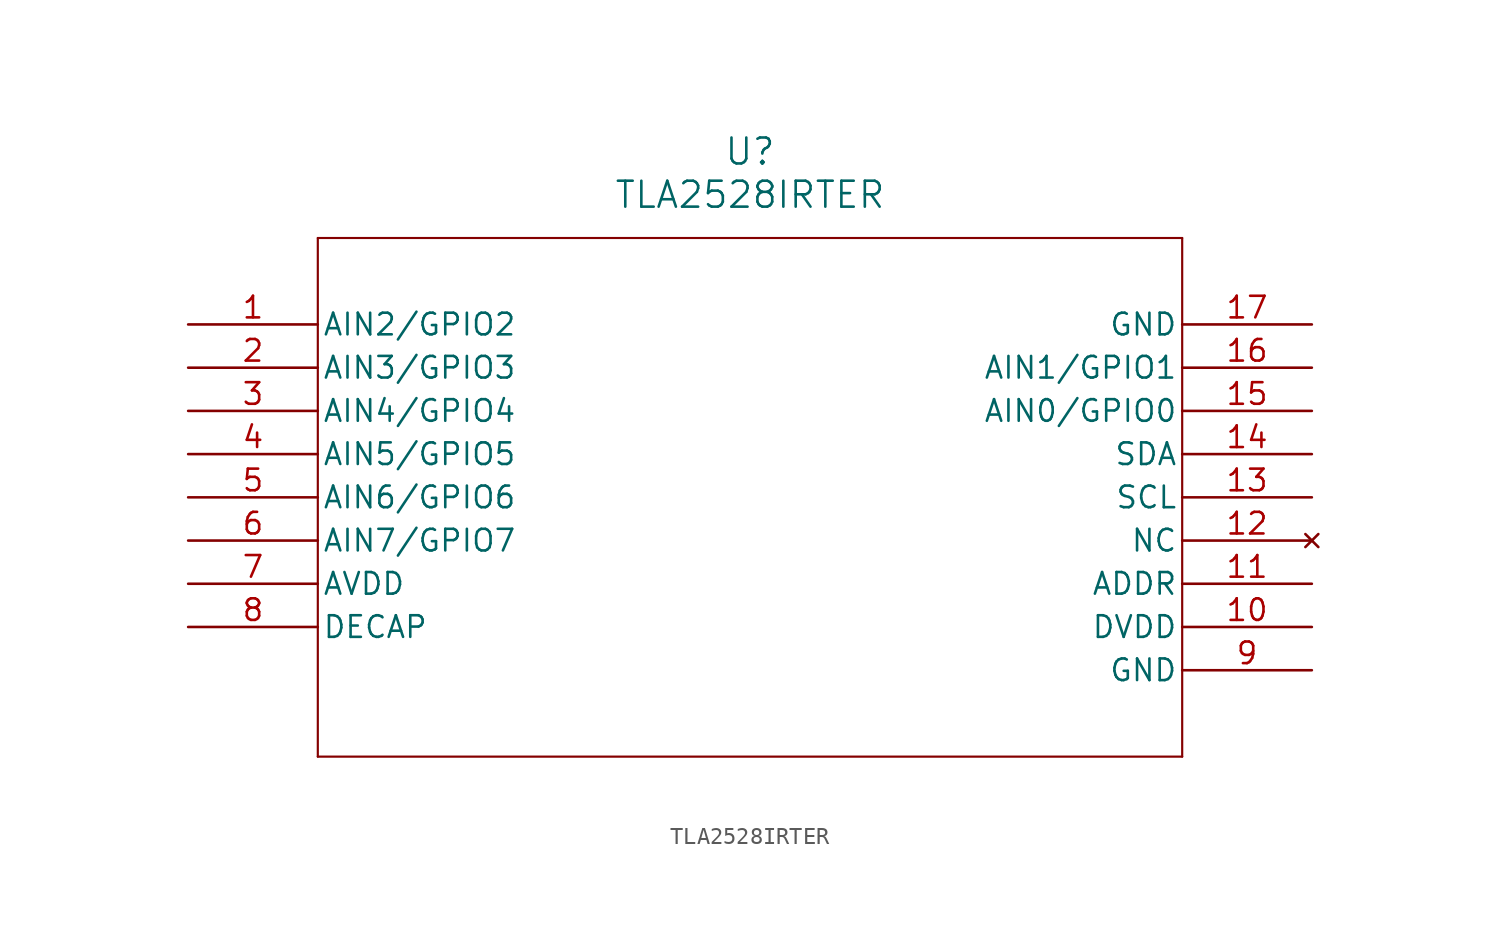
<source format=kicad_sym>
(kicad_symbol_lib
  (version 20211014)
  (generator kicad_symbol_editor)
  (symbol "TLA2528IRTER"
    (pin_names
      (offset 0.254))
    (property "Reference" "U"
      (at 33.02 10.16 0)
      (effects (font (size 1.524 1.524))))
    (property "Value" "TLA2528IRTER"
      (at 33.02 7.62 0)
      (effects (font (size 1.524 1.524))))
    (symbol "TLA2528IRTER_0_1"
      (polyline (pts (xy 7.62 5.08) (xy 7.62 -25.4)) (stroke (width 0.127) (type default) (color 0 0 0 0)) (fill (type none)))
      (polyline (pts (xy 7.62 -25.4) (xy 58.42 -25.4)) (stroke (width 0.127) (type default) (color 0 0 0 0)) (fill (type none)))
      (polyline (pts (xy 58.42 -25.4) (xy 58.42 5.08)) (stroke (width 0.127) (type default) (color 0 0 0 0)) (fill (type none)))
      (polyline (pts (xy 58.42 5.08) (xy 7.62 5.08)) (stroke (width 0.127) (type default) (color 0 0 0 0)) (fill (type none)))
      (pin bidirectional line (at 0 0 0) (length 7.62) (name "AIN2/GPIO2" (effects (font (size 1.27 1.27)))) (number "1" (effects (font (size 1.27 1.27)))))
      (pin bidirectional line (at 0 -2.54 0) (length 7.62) (name "AIN3/GPIO3" (effects (font (size 1.27 1.27)))) (number "2" (effects (font (size 1.27 1.27)))))
      (pin bidirectional line (at 0 -5.08 0) (length 7.62) (name "AIN4/GPIO4" (effects (font (size 1.27 1.27)))) (number "3" (effects (font (size 1.27 1.27)))))
      (pin bidirectional line (at 0 -7.62 0) (length 7.62) (name "AIN5/GPIO5" (effects (font (size 1.27 1.27)))) (number "4" (effects (font (size 1.27 1.27)))))
      (pin bidirectional line (at 0 -10.16 0) (length 7.62) (name "AIN6/GPIO6" (effects (font (size 1.27 1.27)))) (number "5" (effects (font (size 1.27 1.27)))))
      (pin bidirectional line (at 0 -12.7 0) (length 7.62) (name "AIN7/GPIO7" (effects (font (size 1.27 1.27)))) (number "6" (effects (font (size 1.27 1.27)))))
      (pin power_in line (at 0 -15.24 0) (length 7.62) (name "AVDD" (effects (font (size 1.27 1.27)))) (number "7" (effects (font (size 1.27 1.27)))))
      (pin power_in line (at 0 -17.78 0) (length 7.62) (name "DECAP" (effects (font (size 1.27 1.27)))) (number "8" (effects (font (size 1.27 1.27)))))
      (pin power_out line (at 66.04 -20.32 180) (length 7.62) (name "GND" (effects (font (size 1.27 1.27)))) (number "9" (effects (font (size 1.27 1.27)))))
      (pin power_in line (at 66.04 -17.78 180) (length 7.62) (name "DVDD" (effects (font (size 1.27 1.27)))) (number "10" (effects (font (size 1.27 1.27)))))
      (pin input line (at 66.04 -15.24 180) (length 7.62) (name "ADDR" (effects (font (size 1.27 1.27)))) (number "11" (effects (font (size 1.27 1.27)))))
      (pin no_connect line (at 66.04 -12.7 180) (length 7.62) (name "NC" (effects (font (size 1.27 1.27)))) (number "12" (effects (font (size 1.27 1.27)))))
      (pin input line (at 66.04 -10.16 180) (length 7.62) (name "SCL" (effects (font (size 1.27 1.27)))) (number "13" (effects (font (size 1.27 1.27)))))
      (pin bidirectional line (at 66.04 -7.62 180) (length 7.62) (name "SDA" (effects (font (size 1.27 1.27)))) (number "14" (effects (font (size 1.27 1.27)))))
      (pin bidirectional line (at 66.04 -5.08 180) (length 7.62) (name "AIN0/GPIO0" (effects (font (size 1.27 1.27)))) (number "15" (effects (font (size 1.27 1.27)))))
      (pin bidirectional line (at 66.04 -2.54 180) (length 7.62) (name "AIN1/GPIO1" (effects (font (size 1.27 1.27)))) (number "16" (effects (font (size 1.27 1.27)))))
      (pin power_out line (at 66.04 0 180) (length 7.62) (name "GND" (effects (font (size 1.27 1.27)))) (number "17" (effects (font (size 1.27 1.27))))))))
</source>
